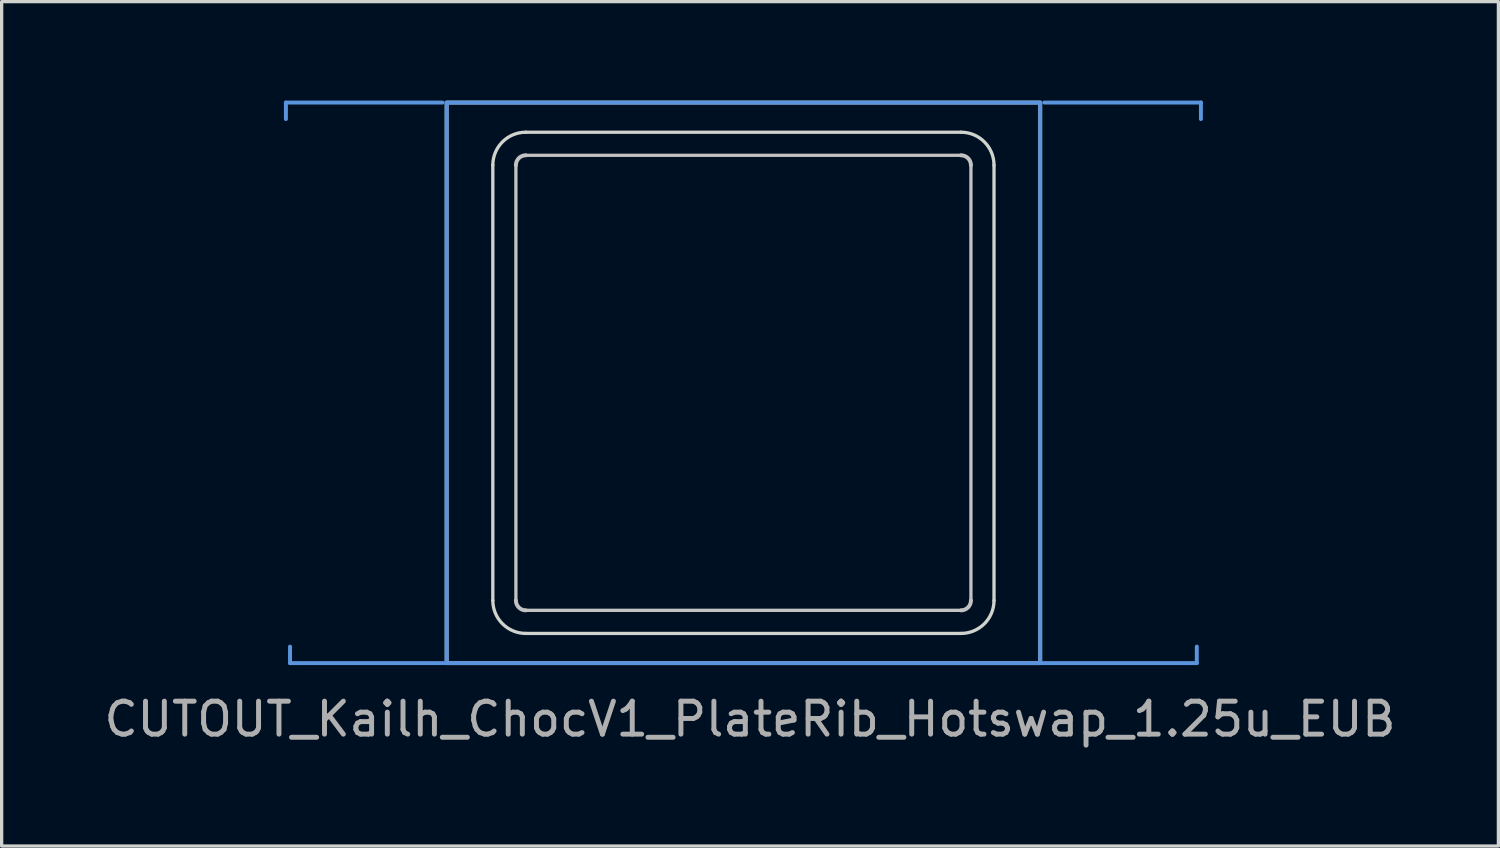
<source format=kicad_pcb>
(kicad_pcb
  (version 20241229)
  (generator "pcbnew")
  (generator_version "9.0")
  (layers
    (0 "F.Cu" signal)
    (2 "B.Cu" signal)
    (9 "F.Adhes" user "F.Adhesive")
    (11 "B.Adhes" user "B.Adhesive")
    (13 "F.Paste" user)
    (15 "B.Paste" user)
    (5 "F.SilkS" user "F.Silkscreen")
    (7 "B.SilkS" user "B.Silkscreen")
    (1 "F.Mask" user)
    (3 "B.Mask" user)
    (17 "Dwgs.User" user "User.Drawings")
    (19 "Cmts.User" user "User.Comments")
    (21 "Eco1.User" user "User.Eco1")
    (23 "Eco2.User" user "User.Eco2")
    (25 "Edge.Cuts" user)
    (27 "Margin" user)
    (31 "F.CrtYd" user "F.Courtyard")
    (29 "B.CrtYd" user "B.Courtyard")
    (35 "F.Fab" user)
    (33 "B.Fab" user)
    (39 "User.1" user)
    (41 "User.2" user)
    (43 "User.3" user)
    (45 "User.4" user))
  (footprint "CUTOUT_Kailh_ChocV1_PlateRib_Hotswap_1.25u_EUB"
    (layer "F.Cu")
    (at 19.496 8.56)
    (property "Reference" "CUTOUT_Kailh_ChocV1_PlateRib_Hotswap_1.25u_EUB" (at 0.2 10.2 180) (layer "F.Fab") (effects (font (size 1 1) (thickness 0.15))))
    (attr through_hole)
    (fp_line (start -6.9 6.6) (end -6.9 -6.6) (stroke (width 0.1) (type solid)) (layer "Dwgs.User"))
    (fp_line (start -6.6 -6.9) (end 6.6 -6.9) (stroke (width 0.1) (type solid)) (layer "Dwgs.User"))
    (fp_line (start 6.6 6.9) (end -6.6 6.9) (stroke (width 0.1) (type solid)) (layer "Dwgs.User"))
    (fp_line (start 6.9 -6.6) (end 6.9 6.6) (stroke (width 0.1) (type solid)) (layer "Dwgs.User"))
    (fp_rect (start -9 8.5) (end 9 -8.5) (stroke (width 0.12) (type solid)) (fill no) (layer "Dwgs.User"))
    (fp_arc (start -6.9 -6.6) (mid -6.812132 -6.812132) (end -6.6 -6.9) (stroke (width 0.12) (type solid)) (layer "Dwgs.User"))
    (fp_arc (start -6.6 6.9) (mid -6.812132 6.812132) (end -6.9 6.6) (stroke (width 0.12) (type solid)) (layer "Dwgs.User"))
    (fp_arc (start 6.6 -6.9) (mid 6.812132 -6.812132) (end 6.9 -6.6) (stroke (width 0.12) (type solid)) (layer "Dwgs.User"))
    (fp_arc (start 6.9 6.6) (mid 6.812132 6.812132) (end 6.6 6.9) (stroke (width 0.12) (type solid)) (layer "Dwgs.User"))
    (fp_line (start -13.875 -8.5) (end -13.875 -8) (stroke (width 0.12) (type solid)) (layer "Cmts.User"))
    (fp_line (start -13.75 8.5) (end -13.75 8) (stroke (width 0.12) (type solid)) (layer "Cmts.User"))
    (fp_line (start -9.125 -8.5) (end -13.875 -8.5) (stroke (width 0.12) (type solid)) (layer "Cmts.User"))
    (fp_line (start -9 8.5) (end -13.75 8.5) (stroke (width 0.12) (type solid)) (layer "Cmts.User"))
    (fp_line (start 9 8.5) (end 13.75 8.5) (stroke (width 0.12) (type solid)) (layer "Cmts.User"))
    (fp_line (start 9.125 -8.5) (end 13.875 -8.5) (stroke (width 0.12) (type solid)) (layer "Cmts.User"))
    (fp_line (start 13.75 8.5) (end 13.75 8) (stroke (width 0.12) (type solid)) (layer "Cmts.User"))
    (fp_line (start 13.875 -8.5) (end 13.875 -8) (stroke (width 0.12) (type solid)) (layer "Cmts.User"))
    (fp_rect (start 9 -8.5) (end -9 8.5) (stroke (width 0.12) (type solid)) (fill no) (layer "Cmts.User"))
    (fp_line (start -7.6 6.6) (end -7.6 -6.6) (stroke (width 0.1) (type solid)) (layer "Edge.Cuts"))
    (fp_line (start -6.6 -7.6) (end 6.6 -7.6) (stroke (width 0.1) (type solid)) (layer "Edge.Cuts"))
    (fp_line (start 6.6 7.6) (end -6.6 7.6) (stroke (width 0.1) (type solid)) (layer "Edge.Cuts"))
    (fp_line (start 7.6 -6.6) (end 7.6 6.6) (stroke (width 0.1) (type solid)) (layer "Edge.Cuts"))
    (fp_arc (start -7.6 -6.6) (mid -7.307107 -7.307107) (end -6.6 -7.6) (stroke (width 0.1) (type solid)) (layer "Edge.Cuts"))
    (fp_arc (start -6.6 7.6) (mid -7.307107 7.307107) (end -7.6 6.6) (stroke (width 0.1) (type solid)) (layer "Edge.Cuts"))
    (fp_arc (start 6.6 -7.6) (mid 7.307107 -7.307107) (end 7.6 -6.6) (stroke (width 0.1) (type solid)) (layer "Edge.Cuts"))
    (fp_arc (start 7.6 6.6) (mid 7.307107 7.307107) (end 6.6 7.6) (stroke (width 0.1) (type solid)) (layer "Edge.Cuts")))
  (gr_rect
    (start -3 -3)
    (end 42.393 22.608)
    (stroke (width 0.1) (type default))
    (fill no)
    (layer "Edge.Cuts")))
</source>
